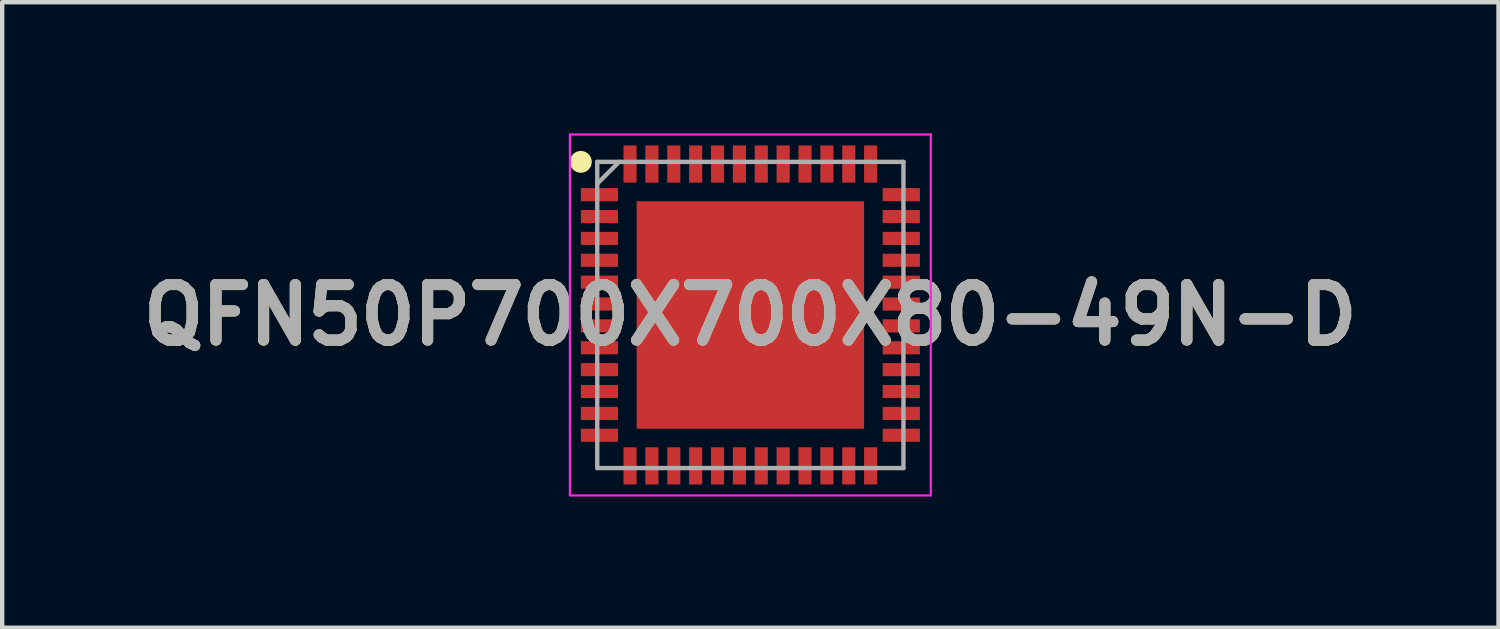
<source format=kicad_pcb>
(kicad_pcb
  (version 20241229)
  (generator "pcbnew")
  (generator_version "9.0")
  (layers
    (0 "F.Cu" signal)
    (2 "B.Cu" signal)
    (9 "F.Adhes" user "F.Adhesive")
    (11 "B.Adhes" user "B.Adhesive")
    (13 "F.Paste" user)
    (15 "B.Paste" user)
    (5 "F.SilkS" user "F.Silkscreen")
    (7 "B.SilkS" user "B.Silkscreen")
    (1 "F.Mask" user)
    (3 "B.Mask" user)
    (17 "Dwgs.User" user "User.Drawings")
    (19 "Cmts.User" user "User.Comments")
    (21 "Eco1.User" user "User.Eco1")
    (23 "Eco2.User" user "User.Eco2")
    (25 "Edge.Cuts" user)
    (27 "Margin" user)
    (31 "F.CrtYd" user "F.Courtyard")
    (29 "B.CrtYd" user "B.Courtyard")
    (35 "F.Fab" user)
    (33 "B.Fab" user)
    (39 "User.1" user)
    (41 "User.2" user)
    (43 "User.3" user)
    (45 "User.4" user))
  (footprint "QFN50P700X700X80-49N-D"
    (layer "F.Cu")
    (at 14.103 4.15)
    (property "Reference" "QFN50P700X700X80-49N-D" (at 0 0 0) (layer "F.SilkS") (effects (font (size 1.27 1.27) (thickness 0.254))))
    (attr smd)
    (fp_circle (center -3.875 -3.5) (end -3.875 -3.375) (stroke (width 0.25) (type solid)) (fill no) (layer "F.SilkS"))
    (fp_line (start -4.125 -4.125) (end 4.125 -4.125) (stroke (width 0.05) (type solid)) (layer "F.CrtYd"))
    (fp_line (start -4.125 4.125) (end -4.125 -4.125) (stroke (width 0.05) (type solid)) (layer "F.CrtYd"))
    (fp_line (start 4.125 -4.125) (end 4.125 4.125) (stroke (width 0.05) (type solid)) (layer "F.CrtYd"))
    (fp_line (start 4.125 4.125) (end -4.125 4.125) (stroke (width 0.05) (type solid)) (layer "F.CrtYd"))
    (fp_line (start -3.5 -3.5) (end 3.5 -3.5) (stroke (width 0.1) (type solid)) (layer "F.Fab"))
    (fp_line (start -3.5 -3) (end -3 -3.5) (stroke (width 0.1) (type solid)) (layer "F.Fab"))
    (fp_line (start -3.5 3.5) (end -3.5 -3.5) (stroke (width 0.1) (type solid)) (layer "F.Fab"))
    (fp_line (start 3.5 -3.5) (end 3.5 3.5) (stroke (width 0.1) (type solid)) (layer "F.Fab"))
    (fp_line (start 3.5 3.5) (end -3.5 3.5) (stroke (width 0.1) (type solid)) (layer "F.Fab"))
    (fp_text user "${REFERENCE}" (at 0 0 0) (layer "F.Fab") (effects (font (size 1.27 1.27) (thickness 0.254))))
    (pad "1" smd rect (at -3.45 -2.75 90) (size 0.3 0.85) (layers "F.Cu" "F.Mask" "F.Paste"))
    (pad "2" smd rect (at -3.45 -2.25 90) (size 0.3 0.85) (layers "F.Cu" "F.Mask" "F.Paste"))
    (pad "3" smd rect (at -3.45 -1.75 90) (size 0.3 0.85) (layers "F.Cu" "F.Mask" "F.Paste"))
    (pad "4" smd rect (at -3.45 -1.25 90) (size 0.3 0.85) (layers "F.Cu" "F.Mask" "F.Paste"))
    (pad "5" smd rect (at -3.45 -0.75 90) (size 0.3 0.85) (layers "F.Cu" "F.Mask" "F.Paste"))
    (pad "6" smd rect (at -3.45 -0.25 90) (size 0.3 0.85) (layers "F.Cu" "F.Mask" "F.Paste"))
    (pad "7" smd rect (at -3.45 0.25 90) (size 0.3 0.85) (layers "F.Cu" "F.Mask" "F.Paste"))
    (pad "8" smd rect (at -3.45 0.75 90) (size 0.3 0.85) (layers "F.Cu" "F.Mask" "F.Paste"))
    (pad "9" smd rect (at -3.45 1.25 90) (size 0.3 0.85) (layers "F.Cu" "F.Mask" "F.Paste"))
    (pad "10" smd rect (at -3.45 1.75 90) (size 0.3 0.85) (layers "F.Cu" "F.Mask" "F.Paste"))
    (pad "11" smd rect (at -3.45 2.25 90) (size 0.3 0.85) (layers "F.Cu" "F.Mask" "F.Paste"))
    (pad "12" smd rect (at -3.45 2.75 90) (size 0.3 0.85) (layers "F.Cu" "F.Mask" "F.Paste"))
    (pad "13" smd rect (at -2.75 3.45) (size 0.3 0.85) (layers "F.Cu" "F.Mask" "F.Paste"))
    (pad "14" smd rect (at -2.25 3.45) (size 0.3 0.85) (layers "F.Cu" "F.Mask" "F.Paste"))
    (pad "15" smd rect (at -1.75 3.45) (size 0.3 0.85) (layers "F.Cu" "F.Mask" "F.Paste"))
    (pad "16" smd rect (at -1.25 3.45) (size 0.3 0.85) (layers "F.Cu" "F.Mask" "F.Paste"))
    (pad "17" smd rect (at -0.75 3.45) (size 0.3 0.85) (layers "F.Cu" "F.Mask" "F.Paste"))
    (pad "18" smd rect (at -0.25 3.45) (size 0.3 0.85) (layers "F.Cu" "F.Mask" "F.Paste"))
    (pad "19" smd rect (at 0.25 3.45) (size 0.3 0.85) (layers "F.Cu" "F.Mask" "F.Paste"))
    (pad "20" smd rect (at 0.75 3.45) (size 0.3 0.85) (layers "F.Cu" "F.Mask" "F.Paste"))
    (pad "21" smd rect (at 1.25 3.45) (size 0.3 0.85) (layers "F.Cu" "F.Mask" "F.Paste"))
    (pad "22" smd rect (at 1.75 3.45) (size 0.3 0.85) (layers "F.Cu" "F.Mask" "F.Paste"))
    (pad "23" smd rect (at 2.25 3.45) (size 0.3 0.85) (layers "F.Cu" "F.Mask" "F.Paste"))
    (pad "24" smd rect (at 2.75 3.45) (size 0.3 0.85) (layers "F.Cu" "F.Mask" "F.Paste"))
    (pad "25" smd rect (at 3.45 2.75 90) (size 0.3 0.85) (layers "F.Cu" "F.Mask" "F.Paste"))
    (pad "26" smd rect (at 3.45 2.25 90) (size 0.3 0.85) (layers "F.Cu" "F.Mask" "F.Paste"))
    (pad "27" smd rect (at 3.45 1.75 90) (size 0.3 0.85) (layers "F.Cu" "F.Mask" "F.Paste"))
    (pad "28" smd rect (at 3.45 1.25 90) (size 0.3 0.85) (layers "F.Cu" "F.Mask" "F.Paste"))
    (pad "29" smd rect (at 3.45 0.75 90) (size 0.3 0.85) (layers "F.Cu" "F.Mask" "F.Paste"))
    (pad "30" smd rect (at 3.45 0.25 90) (size 0.3 0.85) (layers "F.Cu" "F.Mask" "F.Paste"))
    (pad "31" smd rect (at 3.45 -0.25 90) (size 0.3 0.85) (layers "F.Cu" "F.Mask" "F.Paste"))
    (pad "32" smd rect (at 3.45 -0.75 90) (size 0.3 0.85) (layers "F.Cu" "F.Mask" "F.Paste"))
    (pad "33" smd rect (at 3.45 -1.25 90) (size 0.3 0.85) (layers "F.Cu" "F.Mask" "F.Paste"))
    (pad "34" smd rect (at 3.45 -1.75 90) (size 0.3 0.85) (layers "F.Cu" "F.Mask" "F.Paste"))
    (pad "35" smd rect (at 3.45 -2.25 90) (size 0.3 0.85) (layers "F.Cu" "F.Mask" "F.Paste"))
    (pad "36" smd rect (at 3.45 -2.75 90) (size 0.3 0.85) (layers "F.Cu" "F.Mask" "F.Paste"))
    (pad "37" smd rect (at 2.75 -3.45) (size 0.3 0.85) (layers "F.Cu" "F.Mask" "F.Paste"))
    (pad "38" smd rect (at 2.25 -3.45) (size 0.3 0.85) (layers "F.Cu" "F.Mask" "F.Paste"))
    (pad "39" smd rect (at 1.75 -3.45) (size 0.3 0.85) (layers "F.Cu" "F.Mask" "F.Paste"))
    (pad "40" smd rect (at 1.25 -3.45) (size 0.3 0.85) (layers "F.Cu" "F.Mask" "F.Paste"))
    (pad "41" smd rect (at 0.75 -3.45) (size 0.3 0.85) (layers "F.Cu" "F.Mask" "F.Paste"))
    (pad "42" smd rect (at 0.25 -3.45) (size 0.3 0.85) (layers "F.Cu" "F.Mask" "F.Paste"))
    (pad "43" smd rect (at -0.25 -3.45) (size 0.3 0.85) (layers "F.Cu" "F.Mask" "F.Paste"))
    (pad "44" smd rect (at -0.75 -3.45) (size 0.3 0.85) (layers "F.Cu" "F.Mask" "F.Paste"))
    (pad "45" smd rect (at -1.25 -3.45) (size 0.3 0.85) (layers "F.Cu" "F.Mask" "F.Paste"))
    (pad "46" smd rect (at -1.75 -3.45) (size 0.3 0.85) (layers "F.Cu" "F.Mask" "F.Paste"))
    (pad "47" smd rect (at -2.25 -3.45) (size 0.3 0.85) (layers "F.Cu" "F.Mask" "F.Paste"))
    (pad "48" smd rect (at -2.75 -3.45) (size 0.3 0.85) (layers "F.Cu" "F.Mask" "F.Paste"))
    (pad "49" smd rect (at 0 0) (size 5.2 5.2) (layers "F.Cu" "F.Mask" "F.Paste")))
  (gr_rect
    (start -3 -3)
    (end 31.206 11.3)
    (stroke (width 0.1) (type default))
    (fill no)
    (layer "Edge.Cuts")))
</source>
